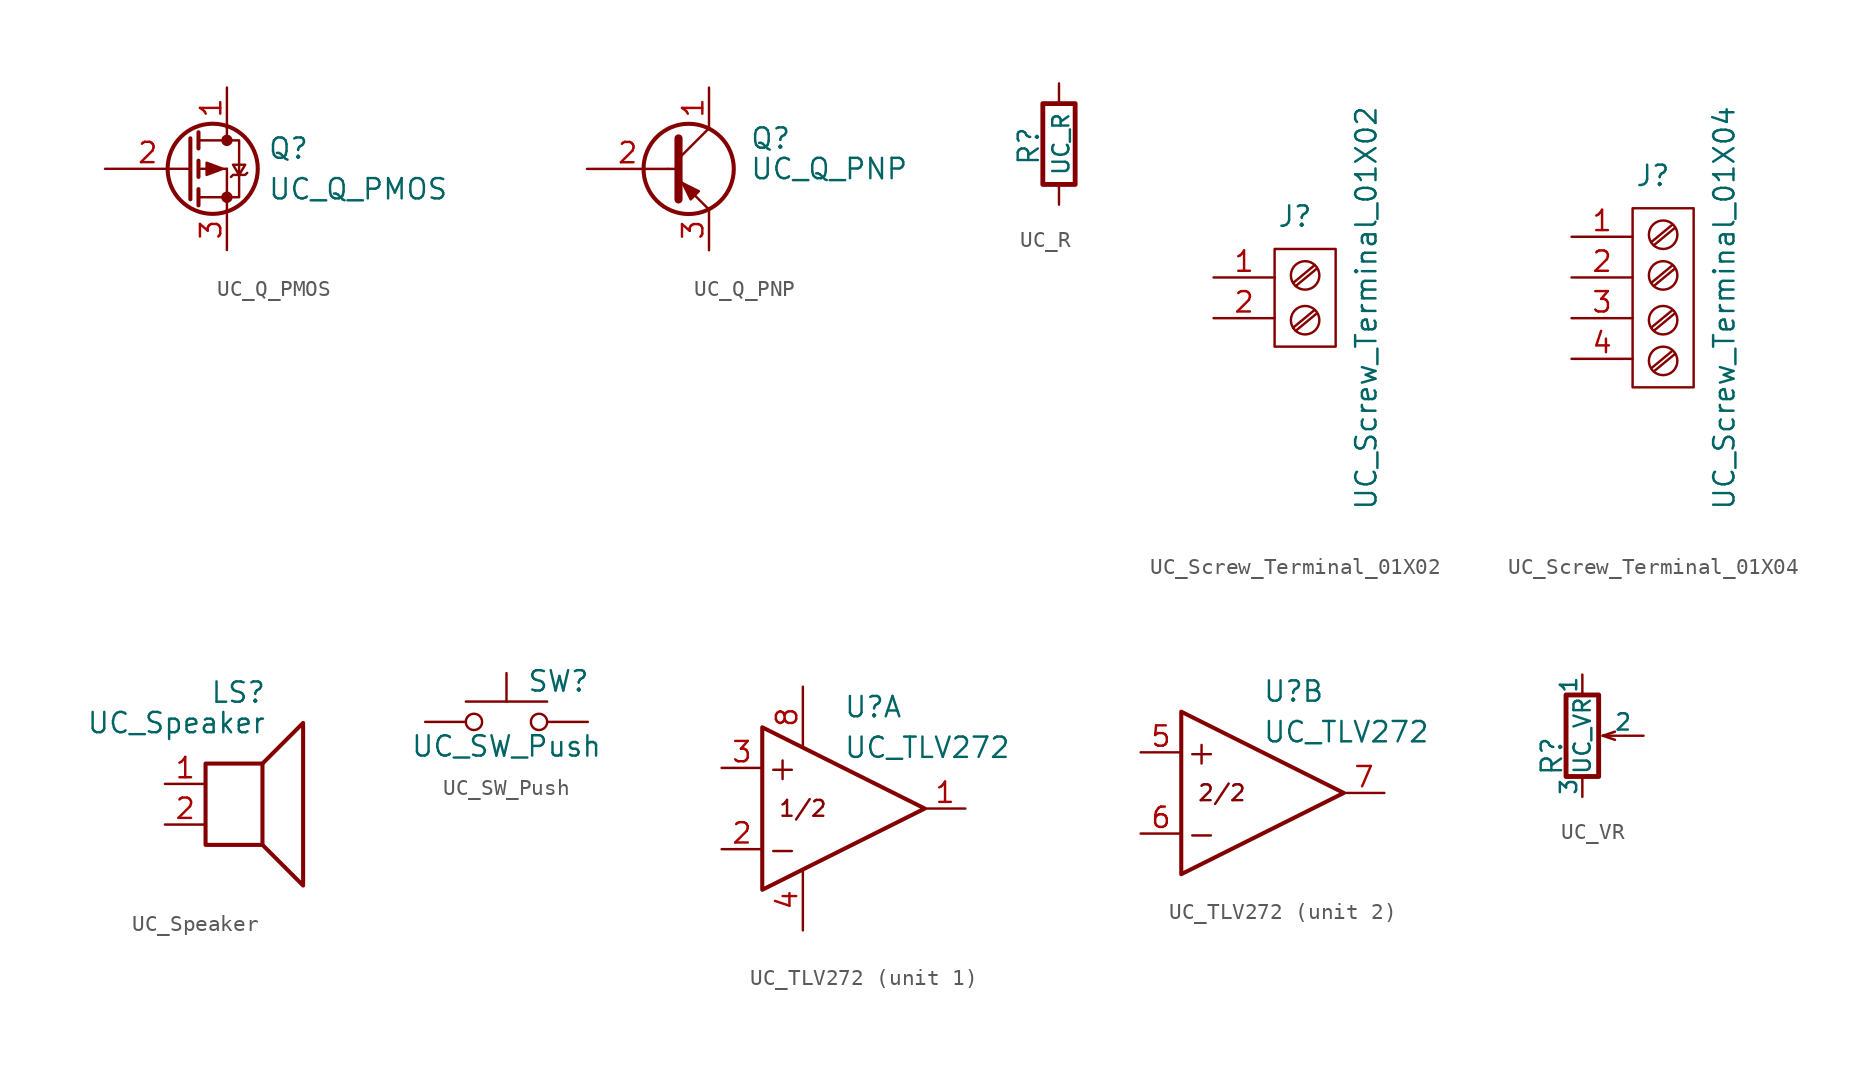
<source format=kicad_sym>
(kicad_symbol_lib
  (version 20220914)
  (generator kicad_symbol_editor)
  (symbol "UC_Q_PMOS"
    (pin_names
      (offset 0) hide)
    (property "Reference" "Q"
      (at 5.08 1.27 0)
      (effects (font (size 1.27 1.27)) (justify left)))
    (property "Value" "UC_Q_PMOS"
      (at 5.08 -1.27 0)
      (effects (font (size 1.27 1.27)) (justify left)))
    (symbol "UC_Q_PMOS_0_1"
      (polyline (pts (xy 0.762 -1.778) (xy 2.54 -1.778)) (stroke (width 0) (type default)) (fill (type none)))
      (polyline (pts (xy 0.762 -1.27) (xy 0.762 -2.286)) (stroke (width 0.254) (type default)) (fill (type none)))
      (polyline (pts (xy 0.762 0) (xy 2.54 0)) (stroke (width 0) (type default)) (fill (type none)))
      (polyline (pts (xy 0.762 0.508) (xy 0.762 -0.508)) (stroke (width 0.254) (type default)) (fill (type none)))
      (polyline (pts (xy 0.762 1.778) (xy 2.54 1.778)) (stroke (width 0) (type default)) (fill (type none)))
      (polyline (pts (xy 0.762 2.286) (xy 0.762 1.27)) (stroke (width 0.254) (type default)) (fill (type none)))
      (polyline (pts (xy 2.54 -1.778) (xy 2.54 -2.54)) (stroke (width 0) (type default)) (fill (type none)))
      (polyline (pts (xy 2.54 -1.778) (xy 2.54 0)) (stroke (width 0) (type default)) (fill (type none)))
      (polyline (pts (xy 2.54 2.54) (xy 2.54 1.778)) (stroke (width 0) (type default)) (fill (type none)))
      (polyline (pts (xy 0.254 1.905) (xy 0.254 -1.905) (xy 0.254 -1.905)) (stroke (width 0.254) (type default)) (fill (type none)))
      (polyline (pts (xy 2.286 0) (xy 1.27 -0.381) (xy 1.27 0.381) (xy 2.286 0)) (stroke (width 0) (type default)) (fill (type outline)))
      (polyline (pts (xy 2.54 -1.778) (xy 3.302 -1.778) (xy 3.302 1.778) (xy 2.54 1.778)) (stroke (width 0) (type default)) (fill (type none)))
      (polyline (pts (xy 2.794 -0.508) (xy 2.921 -0.381) (xy 3.683 -0.381) (xy 3.81 -0.254)) (stroke (width 0) (type default)) (fill (type none)))
      (polyline (pts (xy 3.302 -0.381) (xy 2.921 0.254) (xy 3.683 0.254) (xy 3.302 -0.381)) (stroke (width 0) (type default)) (fill (type none)))
      (circle (center 1.651 0) (radius 2.819) (stroke (width 0.254) (type default)) (fill (type none)))
      (circle (center 2.54 -1.778) (radius 0.279) (stroke (width 0) (type default)) (fill (type outline)))
      (circle (center 2.54 1.778) (radius 0.279) (stroke (width 0) (type default)) (fill (type outline))))
    (symbol "UC_Q_PMOS_1_1"
      (pin passive line (at 2.54 5.08 270) (length 2.54) (name "D" (effects (font (size 1.27 1.27)))) (number "1" (effects (font (size 1.27 1.27)))))
      (pin input line (at -5.08 0 0) (length 5.334) (name "G" (effects (font (size 1.27 1.27)))) (number "2" (effects (font (size 1.27 1.27)))))
      (pin passive line (at 2.54 -5.08 90) (length 2.54) (name "S" (effects (font (size 1.27 1.27)))) (number "3" (effects (font (size 1.27 1.27)))))))
  (symbol "UC_Q_PNP"
    (pin_names
      (offset 0) hide)
    (property "Reference" "Q"
      (at 5.08 1.905 0)
      (effects (font (size 1.27 1.27)) (justify left)))
    (property "Value" "UC_Q_PNP"
      (at 5.08 0 0)
      (effects (font (size 1.27 1.27)) (justify left)))
    (symbol "UC_Q_PNP_0_1"
      (polyline (pts (xy 0 0) (xy 0.635 0)) (stroke (width 0) (type default)) (fill (type none)))
      (polyline (pts (xy 2.54 -2.54) (xy 0.635 -0.635)) (stroke (width 0) (type default)) (fill (type none)))
      (polyline (pts (xy 2.54 2.54) (xy 0.635 0.635)) (stroke (width 0) (type default)) (fill (type none)))
      (polyline (pts (xy 0.635 1.905) (xy 0.635 -1.905) (xy 0.635 -1.905)) (stroke (width 0.508) (type default)) (fill (type outline)))
      (polyline (pts (xy 1.397 -1.905) (xy 1.905 -1.397) (xy 0.889 -0.889) (xy 1.397 -1.905) (xy 1.397 -1.905)) (stroke (width 0) (type default)) (fill (type outline)))
      (circle (center 1.27 0) (radius 2.819) (stroke (width 0.254) (type default)) (fill (type none))))
    (symbol "UC_Q_PNP_1_1"
      (pin passive line (at 2.54 5.08 270) (length 2.54) (name "C" (effects (font (size 1.27 1.27)))) (number "1" (effects (font (size 1.27 1.27)))))
      (pin input line (at -5.08 0 0) (length 5.08) (name "B" (effects (font (size 1.27 1.27)))) (number "2" (effects (font (size 1.27 1.27)))))
      (pin passive line (at 2.54 -5.08 90) (length 2.54) (name "E" (effects (font (size 1.27 1.27)))) (number "3" (effects (font (size 1.27 1.27)))))))
  (symbol "UC_R"
    (pin_numbers hide)
    (pin_names
      (offset 0))
    (property "Reference" "R"
      (at -1.905 -0.127 90)
      (effects (font (size 1.27 1.27))))
    (property "Value" "UC_R"
      (at 0.127 0 90)
      (effects (font (size 1.016 1.016))))
    (property "Datasheet" ""
      (at 0 0 0)
      (effects (font (size 1.524 1.524))))
    (symbol "UC_R_0_1"
      (rectangle (start -1.016 2.54) (end 1.016 -2.54) (stroke (width 0.305) (type default)) (fill (type none))))
    (symbol "UC_R_1_1"
      (pin passive line (at 0 3.81 270) (length 1.27) (name "~" (effects (font (size 1.524 1.524)))) (number "1" (effects (font (size 1.524 1.524)))))
      (pin passive line (at 0 -3.81 90) (length 1.27) (name "~" (effects (font (size 1.524 1.524)))) (number "2" (effects (font (size 1.524 1.524)))))))
  (symbol "UC_Screw_Terminal_01X02"
    (pin_names
      (offset 1.016) hide)
    (property "Reference" "J"
      (at 0 5.08 0)
      (effects (font (size 1.27 1.27))))
    (property "Value" "UC_Screw_Terminal_01X02"
      (at 4.445 -0.635 90)
      (effects (font (size 1.27 1.27))))
    (symbol "UC_Screw_Terminal_01X02_0_1"
      (rectangle (start -1.27 3.048) (end 2.54 -3.048) (stroke (width 0) (type default)) (fill (type none)))
      (polyline (pts (xy 1.219 2.032) (xy -0.102 0.94)) (stroke (width 0) (type default)) (fill (type none)))
      (circle (center 0.635 1.397) (radius 0.889) (stroke (width 0) (type default)) (fill (type none))))
    (symbol "UC_Screw_Terminal_01X02_1_1"
      (polyline (pts (xy 1.219 -0.762) (xy -0.102 -1.854)) (stroke (width 0) (type default)) (fill (type none)))
      (polyline (pts (xy 1.372 -0.965) (xy 0.051 -2.057)) (stroke (width 0) (type default)) (fill (type none)))
      (polyline (pts (xy 1.372 1.829) (xy 0.051 0.737)) (stroke (width 0) (type default)) (fill (type none)))
      (circle (center 0.635 -1.397) (radius 0.889) (stroke (width 0) (type default)) (fill (type none)))
      (pin passive line (at -5.08 1.27 0) (length 3.81) (name "P1" (effects (font (size 1.27 1.27)))) (number "1" (effects (font (size 1.27 1.27)))))
      (pin passive line (at -5.08 -1.27 0) (length 3.81) (name "P2" (effects (font (size 1.27 1.27)))) (number "2" (effects (font (size 1.27 1.27)))))))
  (symbol "UC_Screw_Terminal_01X04"
    (pin_names
      (offset 1.016) hide)
    (property "Reference" "J"
      (at 0 7.62 0)
      (effects (font (size 1.27 1.27))))
    (property "Value" "UC_Screw_Terminal_01X04"
      (at 4.445 -0.635 90)
      (effects (font (size 1.27 1.27))))
    (symbol "UC_Screw_Terminal_01X04_0_1"
      (rectangle (start -1.27 5.588) (end 2.54 -5.588) (stroke (width 0) (type default)) (fill (type none)))
      (polyline (pts (xy 1.219 4.572) (xy -0.102 3.48)) (stroke (width 0) (type default)) (fill (type none)))
      (circle (center 0.635 3.937) (radius 0.889) (stroke (width 0) (type default)) (fill (type none))))
    (symbol "UC_Screw_Terminal_01X04_1_1"
      (polyline (pts (xy 1.219 -3.302) (xy -0.102 -4.394)) (stroke (width 0) (type default)) (fill (type none)))
      (polyline (pts (xy 1.219 -0.762) (xy -0.102 -1.854)) (stroke (width 0) (type default)) (fill (type none)))
      (polyline (pts (xy 1.219 2.032) (xy -0.102 0.94)) (stroke (width 0) (type default)) (fill (type none)))
      (polyline (pts (xy 1.372 -3.505) (xy 0.051 -4.597)) (stroke (width 0) (type default)) (fill (type none)))
      (polyline (pts (xy 1.372 -0.965) (xy 0.051 -2.057)) (stroke (width 0) (type default)) (fill (type none)))
      (polyline (pts (xy 1.372 1.829) (xy 0.051 0.737)) (stroke (width 0) (type default)) (fill (type none)))
      (polyline (pts (xy 1.372 4.369) (xy 0.051 3.277)) (stroke (width 0) (type default)) (fill (type none)))
      (circle (center 0.635 -3.937) (radius 0.889) (stroke (width 0) (type default)) (fill (type none)))
      (circle (center 0.635 -1.397) (radius 0.889) (stroke (width 0) (type default)) (fill (type none)))
      (circle (center 0.635 1.397) (radius 0.889) (stroke (width 0) (type default)) (fill (type none)))
      (pin passive line (at -5.08 3.81 0) (length 3.81) (name "P1" (effects (font (size 1.27 1.27)))) (number "1" (effects (font (size 1.27 1.27)))))
      (pin passive line (at -5.08 1.27 0) (length 3.81) (name "P2" (effects (font (size 1.27 1.27)))) (number "2" (effects (font (size 1.27 1.27)))))
      (pin passive line (at -5.08 -1.27 0) (length 3.81) (name "P3" (effects (font (size 1.27 1.27)))) (number "3" (effects (font (size 1.27 1.27)))))
      (pin passive line (at -5.08 -3.81 0) (length 3.81) (name "P4" (effects (font (size 1.27 1.27)))) (number "4" (effects (font (size 1.27 1.27)))))))
  (symbol "UC_Speaker"
    (pin_names
      (offset 0) hide)
    (property "Reference" "LS"
      (at 1.27 5.715 0)
      (effects (font (size 1.27 1.27)) (justify right)))
    (property "Value" "UC_Speaker"
      (at 1.27 3.81 0)
      (effects (font (size 1.27 1.27)) (justify right)))
    (symbol "UC_Speaker_0_0"
      (rectangle (start -2.54 1.27) (end 1.016 -3.81) (stroke (width 0.254) (type default)) (fill (type none)))
      (polyline (pts (xy 1.016 1.27) (xy 3.556 3.81) (xy 3.556 -6.35) (xy 1.016 -3.81)) (stroke (width 0.254) (type default)) (fill (type none))))
    (symbol "UC_Speaker_1_1"
      (pin input line (at -5.08 0 0) (length 2.54) (name "1" (effects (font (size 1.27 1.27)))) (number "1" (effects (font (size 1.27 1.27)))))
      (pin input line (at -5.08 -2.54 0) (length 2.54) (name "2" (effects (font (size 1.27 1.27)))) (number "2" (effects (font (size 1.27 1.27)))))))
  (symbol "UC_SW_Push"
    (pin_numbers hide)
    (pin_names
      (offset 1.016) hide)
    (property "Reference" "SW"
      (at 1.27 2.54 0)
      (effects (font (size 1.27 1.27)) (justify left)))
    (property "Value" "UC_SW_Push"
      (at 0 -1.524 0)
      (effects (font (size 1.27 1.27))))
    (symbol "UC_SW_Push_0_1"
      (circle (center -2.032 0) (radius 0.508) (stroke (width 0) (type default)) (fill (type none)))
      (polyline (pts (xy 0 1.27) (xy 0 3.048)) (stroke (width 0) (type default)) (fill (type none)))
      (polyline (pts (xy 2.54 1.27) (xy -2.54 1.27)) (stroke (width 0) (type default)) (fill (type none)))
      (circle (center 2.032 0) (radius 0.508) (stroke (width 0) (type default)) (fill (type none)))
      (pin passive line (at -5.08 0 0) (length 2.54) (name "1" (effects (font (size 1.27 1.27)))) (number "1" (effects (font (size 1.27 1.27)))))
      (pin passive line (at 5.08 0 180) (length 2.54) (name "2" (effects (font (size 1.27 1.27)))) (number "2" (effects (font (size 1.27 1.27)))))))
  (symbol "UC_TLV272"
    (pin_names hide)
    (property "Reference" "U"
      (at 0 6.35 0)
      (effects (font (size 1.27 1.27)) (justify left)))
    (property "Value" "UC_TLV272"
      (at 0 3.81 0)
      (effects (font (size 1.27 1.27)) (justify left)))
    (symbol "UC_TLV272_0_0"
      (text "+" (at -3.81 2.54 0) (effects (font (size 1.524 1.524))))
      (text "-" (at -3.81 -2.54 0) (effects (font (size 1.524 1.524)))))
    (symbol "UC_TLV272_0_1"
      (polyline (pts (xy -5.08 5.08) (xy 5.08 0) (xy -5.08 -5.08) (xy -5.08 5.08)) (stroke (width 0.254) (type default)) (fill (type none))))
    (symbol "UC_TLV272_1_1"
      (text "1/2" (at -2.54 0 0) (effects (font (size 0.991 0.991))))
      (pin output line (at 7.62 0 180) (length 2.54) (name "~" (effects (font (size 1.27 1.27)))) (number "1" (effects (font (size 1.27 1.27)))))
      (pin input line (at -7.62 -2.54 0) (length 2.54) (name "-" (effects (font (size 1.27 1.27)))) (number "2" (effects (font (size 1.27 1.27)))))
      (pin input line (at -7.62 2.54 0) (length 2.54) (name "+" (effects (font (size 1.27 1.27)))) (number "3" (effects (font (size 1.27 1.27)))))
      (pin power_in line (at -2.54 -7.62 90) (length 3.81) (name "V-" (effects (font (size 1.27 1.27)))) (number "4" (effects (font (size 1.27 1.27)))))
      (pin power_in line (at -2.54 7.62 270) (length 3.81) (name "V+" (effects (font (size 1.27 1.27)))) (number "8" (effects (font (size 1.27 1.27))))))
    (symbol "UC_TLV272_2_1"
      (text "2/2" (at -2.54 0 0) (effects (font (size 0.991 0.991))))
      (pin input line (at -7.62 2.54 0) (length 2.54) (name "+" (effects (font (size 1.27 1.27)))) (number "5" (effects (font (size 1.27 1.27)))))
      (pin input line (at -7.62 -2.54 0) (length 2.54) (name "-" (effects (font (size 1.27 1.27)))) (number "6" (effects (font (size 1.27 1.27)))))
      (pin output line (at 7.62 0 180) (length 2.54) (name "~" (effects (font (size 1.27 1.27)))) (number "7" (effects (font (size 1.27 1.27)))))))
  (symbol "UC_VR"
    (pin_numbers hide)
    (pin_names
      (offset 0))
    (property "Reference" "R"
      (at -1.905 -1.27 90)
      (effects (font (size 1.27 1.27))))
    (property "Value" "UC_VR"
      (at 0 0 90)
      (effects (font (size 1.016 1.016))))
    (property "Datasheet" ""
      (at 0 0 0)
      (effects (font (size 1.524 1.524))))
    (symbol "UC_VR_0_1"
      (rectangle (start -1.016 2.54) (end 1.016 -2.54) (stroke (width 0.305) (type default)) (fill (type none)))
      (polyline (pts (xy 1.27 0) (xy 2.032 -0.254)) (stroke (width 0) (type default)) (fill (type none)))
      (polyline (pts (xy 1.27 0) (xy 2.032 0.254)) (stroke (width 0) (type default)) (fill (type none))))
    (symbol "UC_VR_1_1"
      (pin passive line (at 0 3.81 270) (length 1.27) (name "1" (effects (font (size 1.016 1.016)))) (number "1" (effects (font (size 1.016 1.016)))))
      (pin passive line (at 3.81 0 180) (length 2.54) (name "2" (effects (font (size 1.016 1.016)))) (number "2" (effects (font (size 1.016 1.016)))))
      (pin passive line (at 0 -3.81 90) (length 1.27) (name "3" (effects (font (size 1.016 1.016)))) (number "3" (effects (font (size 1.016 1.016))))))))
</source>
